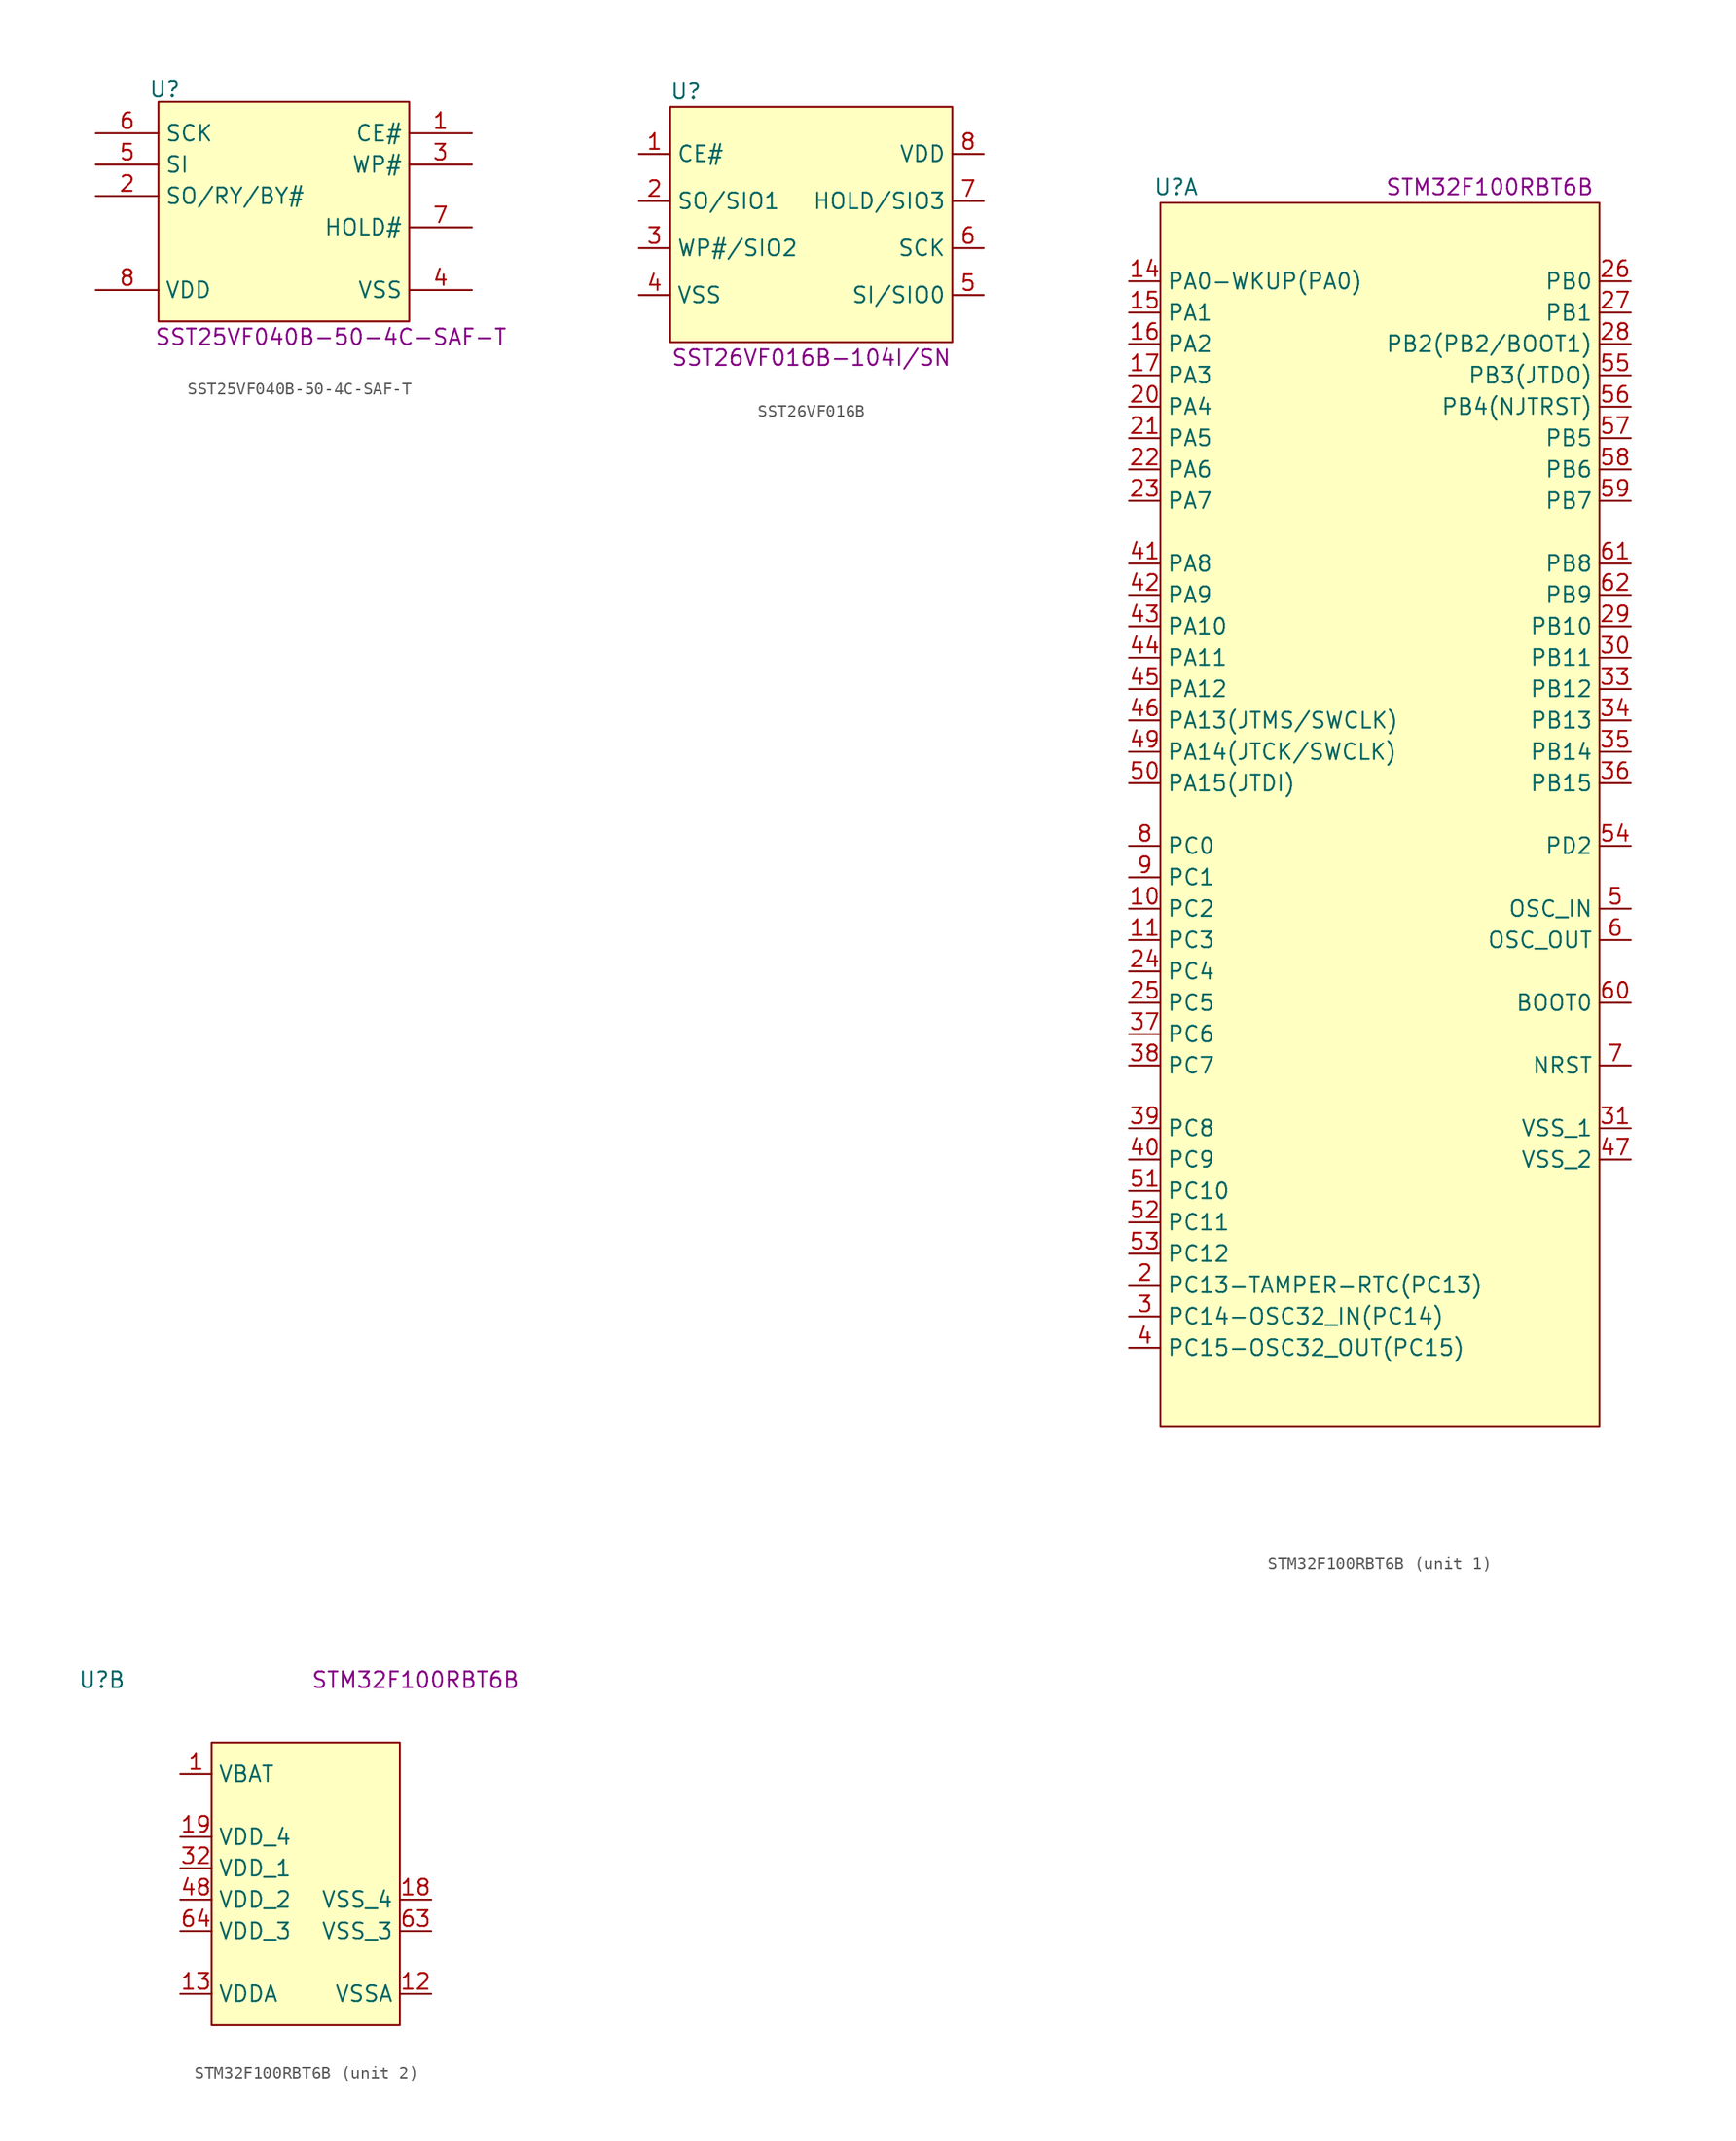
<source format=kicad_sym>
(kicad_symbol_lib
  (version 20231120)
  (generator "kicad_symbol_editor")
  (generator_version "8.0")
  (symbol "SST25VF040B-50-4C-SAF-T"
    (property "Reference" "U"
      (at -9.652 3.556 0)
      (effects (font (size 1.27 1.27))))
    (property "Display Value" "SST25VF040B-50-4C-SAF-T"
      (at 3.81 -16.51 0)
      (effects (font (size 1.27 1.27))))
    (symbol "SST25VF040B-50-4C-SAF-T_1_1"
      (rectangle (start -10.16 2.54) (end 10.16 -15.24) (stroke (width 0) (type default)) (fill (type background)))
      (pin unspecified line (at 15.24 0 180) (length 5.08) (name "CE#" (effects (font (size 1.27 1.27)))) (number "1" (effects (font (size 1.27 1.27)))))
      (pin unspecified line (at -15.24 -5.08 0) (length 5.08) (name "SO/RY/BY#" (effects (font (size 1.27 1.27)))) (number "2" (effects (font (size 1.27 1.27)))))
      (pin unspecified line (at 15.24 -2.54 180) (length 5.08) (name "WP#" (effects (font (size 1.27 1.27)))) (number "3" (effects (font (size 1.27 1.27)))))
      (pin unspecified line (at 15.24 -12.7 180) (length 5.08) (name "VSS" (effects (font (size 1.27 1.27)))) (number "4" (effects (font (size 1.27 1.27)))))
      (pin unspecified line (at -15.24 -2.54 0) (length 5.08) (name "SI" (effects (font (size 1.27 1.27)))) (number "5" (effects (font (size 1.27 1.27)))))
      (pin unspecified line (at -15.24 0 0) (length 5.08) (name "SCK" (effects (font (size 1.27 1.27)))) (number "6" (effects (font (size 1.27 1.27)))))
      (pin unspecified line (at 15.24 -7.62 180) (length 5.08) (name "HOLD#" (effects (font (size 1.27 1.27)))) (number "7" (effects (font (size 1.27 1.27)))))
      (pin unspecified line (at -15.24 -12.7 0) (length 5.08) (name "VDD" (effects (font (size 1.27 1.27)))) (number "8" (effects (font (size 1.27 1.27)))))))
  (symbol "SST26VF016B"
    (property "Reference" "U"
      (at -10.16 5.08 0)
      (effects (font (size 1.27 1.27))))
    (property "Display Value" "SST26VF016B-104I/SN"
      (at 0 -16.51 0)
      (effects (font (size 1.27 1.27))))
    (symbol "SST26VF016B_1_1"
      (rectangle (start -11.43 3.81) (end 11.43 -15.24) (stroke (width 0) (type default)) (fill (type background)))
      (pin unspecified line (at -13.97 0 0) (length 2.54) (name "CE#" (effects (font (size 1.27 1.27)))) (number "1" (effects (font (size 1.27 1.27)))))
      (pin unspecified line (at -13.97 -3.81 0) (length 2.54) (name "SO/SIO1" (effects (font (size 1.27 1.27)))) (number "2" (effects (font (size 1.27 1.27)))))
      (pin unspecified line (at -13.97 -7.62 0) (length 2.54) (name "WP#/SIO2" (effects (font (size 1.27 1.27)))) (number "3" (effects (font (size 1.27 1.27)))))
      (pin unspecified line (at -13.97 -11.43 0) (length 2.54) (name "VSS" (effects (font (size 1.27 1.27)))) (number "4" (effects (font (size 1.27 1.27)))))
      (pin unspecified line (at 13.97 -11.43 180) (length 2.54) (name "SI/SIO0" (effects (font (size 1.27 1.27)))) (number "5" (effects (font (size 1.27 1.27)))))
      (pin unspecified line (at 13.97 -7.62 180) (length 2.54) (name "SCK" (effects (font (size 1.27 1.27)))) (number "6" (effects (font (size 1.27 1.27)))))
      (pin unspecified line (at 13.97 -3.81 180) (length 2.54) (name "HOLD/SIO3" (effects (font (size 1.27 1.27)))) (number "7" (effects (font (size 1.27 1.27)))))
      (pin unspecified line (at 13.97 0 180) (length 2.54) (name "VDD" (effects (font (size 1.27 1.27)))) (number "8" (effects (font (size 1.27 1.27)))))))
  (symbol "STM32F100RBT6B"
    (property "Reference" "U"
      (at -16.51 7.62 0)
      (effects (font (size 1.27 1.27))))
    (property "Display Value" "STM32F100RBT6B"
      (at 8.89 7.62 0)
      (effects (font (size 1.27 1.27))))
    (property "ki_locked" ""
      (at 0 0 0)
      (effects (font (size 1.27 1.27))))
    (symbol "STM32F100RBT6B_1_1"
      (rectangle (start -17.78 6.35) (end 17.78 -92.71) (stroke (width 0) (type default)) (fill (type background)))
      (pin unspecified line (at -20.32 -50.8 0) (length 2.54) (name "PC2" (effects (font (size 1.27 1.27)))) (number "10" (effects (font (size 1.27 1.27)))))
      (pin unspecified line (at -20.32 -53.34 0) (length 2.54) (name "PC3" (effects (font (size 1.27 1.27)))) (number "11" (effects (font (size 1.27 1.27)))))
      (pin unspecified line (at -20.32 0 0) (length 2.54) (name "PA0-WKUP(PA0)" (effects (font (size 1.27 1.27)))) (number "14" (effects (font (size 1.27 1.27)))))
      (pin unspecified line (at -20.32 -2.54 0) (length 2.54) (name "PA1" (effects (font (size 1.27 1.27)))) (number "15" (effects (font (size 1.27 1.27)))))
      (pin unspecified line (at -20.32 -5.08 0) (length 2.54) (name "PA2" (effects (font (size 1.27 1.27)))) (number "16" (effects (font (size 1.27 1.27)))))
      (pin unspecified line (at -20.32 -7.62 0) (length 2.54) (name "PA3" (effects (font (size 1.27 1.27)))) (number "17" (effects (font (size 1.27 1.27)))))
      (pin unspecified line (at -20.32 -81.28 0) (length 2.54) (name "PC13-TAMPER-RTC(PC13)" (effects (font (size 1.27 1.27)))) (number "2" (effects (font (size 1.27 1.27)))))
      (pin unspecified line (at -20.32 -10.16 0) (length 2.54) (name "PA4" (effects (font (size 1.27 1.27)))) (number "20" (effects (font (size 1.27 1.27)))))
      (pin unspecified line (at -20.32 -12.7 0) (length 2.54) (name "PA5" (effects (font (size 1.27 1.27)))) (number "21" (effects (font (size 1.27 1.27)))))
      (pin unspecified line (at -20.32 -15.24 0) (length 2.54) (name "PA6" (effects (font (size 1.27 1.27)))) (number "22" (effects (font (size 1.27 1.27)))))
      (pin unspecified line (at -20.32 -17.78 0) (length 2.54) (name "PA7" (effects (font (size 1.27 1.27)))) (number "23" (effects (font (size 1.27 1.27)))))
      (pin unspecified line (at -20.32 -55.88 0) (length 2.54) (name "PC4" (effects (font (size 1.27 1.27)))) (number "24" (effects (font (size 1.27 1.27)))))
      (pin unspecified line (at -20.32 -58.42 0) (length 2.54) (name "PC5" (effects (font (size 1.27 1.27)))) (number "25" (effects (font (size 1.27 1.27)))))
      (pin unspecified line (at 20.32 0 180) (length 2.54) (name "PB0" (effects (font (size 1.27 1.27)))) (number "26" (effects (font (size 1.27 1.27)))))
      (pin unspecified line (at 20.32 -2.54 180) (length 2.54) (name "PB1" (effects (font (size 1.27 1.27)))) (number "27" (effects (font (size 1.27 1.27)))))
      (pin unspecified line (at 20.32 -5.08 180) (length 2.54) (name "PB2(PB2/BOOT1)" (effects (font (size 1.27 1.27)))) (number "28" (effects (font (size 1.27 1.27)))))
      (pin unspecified line (at 20.32 -27.94 180) (length 2.54) (name "PB10" (effects (font (size 1.27 1.27)))) (number "29" (effects (font (size 1.27 1.27)))))
      (pin unspecified line (at -20.32 -83.82 0) (length 2.54) (name "PC14-OSC32_IN(PC14)" (effects (font (size 1.27 1.27)))) (number "3" (effects (font (size 1.27 1.27)))))
      (pin unspecified line (at 20.32 -30.48 180) (length 2.54) (name "PB11" (effects (font (size 1.27 1.27)))) (number "30" (effects (font (size 1.27 1.27)))))
      (pin unspecified line (at 20.32 -68.58 180) (length 2.54) (name "VSS_1" (effects (font (size 1.27 1.27)))) (number "31" (effects (font (size 1.27 1.27)))))
      (pin unspecified line (at 20.32 -33.02 180) (length 2.54) (name "PB12" (effects (font (size 1.27 1.27)))) (number "33" (effects (font (size 1.27 1.27)))))
      (pin unspecified line (at 20.32 -35.56 180) (length 2.54) (name "PB13" (effects (font (size 1.27 1.27)))) (number "34" (effects (font (size 1.27 1.27)))))
      (pin unspecified line (at 20.32 -38.1 180) (length 2.54) (name "PB14" (effects (font (size 1.27 1.27)))) (number "35" (effects (font (size 1.27 1.27)))))
      (pin unspecified line (at 20.32 -40.64 180) (length 2.54) (name "PB15" (effects (font (size 1.27 1.27)))) (number "36" (effects (font (size 1.27 1.27)))))
      (pin unspecified line (at -20.32 -60.96 0) (length 2.54) (name "PC6" (effects (font (size 1.27 1.27)))) (number "37" (effects (font (size 1.27 1.27)))))
      (pin unspecified line (at -20.32 -63.5 0) (length 2.54) (name "PC7" (effects (font (size 1.27 1.27)))) (number "38" (effects (font (size 1.27 1.27)))))
      (pin unspecified line (at -20.32 -68.58 0) (length 2.54) (name "PC8" (effects (font (size 1.27 1.27)))) (number "39" (effects (font (size 1.27 1.27)))))
      (pin unspecified line (at -20.32 -86.36 0) (length 2.54) (name "PC15-OSC32_OUT(PC15)" (effects (font (size 1.27 1.27)))) (number "4" (effects (font (size 1.27 1.27)))))
      (pin unspecified line (at -20.32 -71.12 0) (length 2.54) (name "PC9" (effects (font (size 1.27 1.27)))) (number "40" (effects (font (size 1.27 1.27)))))
      (pin unspecified line (at -20.32 -22.86 0) (length 2.54) (name "PA8" (effects (font (size 1.27 1.27)))) (number "41" (effects (font (size 1.27 1.27)))))
      (pin unspecified line (at -20.32 -25.4 0) (length 2.54) (name "PA9" (effects (font (size 1.27 1.27)))) (number "42" (effects (font (size 1.27 1.27)))))
      (pin unspecified line (at -20.32 -27.94 0) (length 2.54) (name "PA10" (effects (font (size 1.27 1.27)))) (number "43" (effects (font (size 1.27 1.27)))))
      (pin unspecified line (at -20.32 -30.48 0) (length 2.54) (name "PA11" (effects (font (size 1.27 1.27)))) (number "44" (effects (font (size 1.27 1.27)))))
      (pin unspecified line (at -20.32 -33.02 0) (length 2.54) (name "PA12" (effects (font (size 1.27 1.27)))) (number "45" (effects (font (size 1.27 1.27)))))
      (pin unspecified line (at -20.32 -35.56 0) (length 2.54) (name "PA13(JTMS/SWCLK)" (effects (font (size 1.27 1.27)))) (number "46" (effects (font (size 1.27 1.27)))))
      (pin unspecified line (at 20.32 -71.12 180) (length 2.54) (name "VSS_2" (effects (font (size 1.27 1.27)))) (number "47" (effects (font (size 1.27 1.27)))))
      (pin unspecified line (at -20.32 -38.1 0) (length 2.54) (name "PA14(JTCK/SWCLK)" (effects (font (size 1.27 1.27)))) (number "49" (effects (font (size 1.27 1.27)))))
      (pin unspecified line (at 20.32 -50.8 180) (length 2.54) (name "OSC_IN" (effects (font (size 1.27 1.27)))) (number "5" (effects (font (size 1.27 1.27)))))
      (pin unspecified line (at -20.32 -40.64 0) (length 2.54) (name "PA15(JTDI)" (effects (font (size 1.27 1.27)))) (number "50" (effects (font (size 1.27 1.27)))))
      (pin unspecified line (at -20.32 -73.66 0) (length 2.54) (name "PC10" (effects (font (size 1.27 1.27)))) (number "51" (effects (font (size 1.27 1.27)))))
      (pin unspecified line (at -20.32 -76.2 0) (length 2.54) (name "PC11" (effects (font (size 1.27 1.27)))) (number "52" (effects (font (size 1.27 1.27)))))
      (pin unspecified line (at -20.32 -78.74 0) (length 2.54) (name "PC12" (effects (font (size 1.27 1.27)))) (number "53" (effects (font (size 1.27 1.27)))))
      (pin unspecified line (at 20.32 -45.72 180) (length 2.54) (name "PD2" (effects (font (size 1.27 1.27)))) (number "54" (effects (font (size 1.27 1.27)))))
      (pin unspecified line (at 20.32 -7.62 180) (length 2.54) (name "PB3(JTDO)" (effects (font (size 1.27 1.27)))) (number "55" (effects (font (size 1.27 1.27)))))
      (pin unspecified line (at 20.32 -10.16 180) (length 2.54) (name "PB4(NJTRST)" (effects (font (size 1.27 1.27)))) (number "56" (effects (font (size 1.27 1.27)))))
      (pin unspecified line (at 20.32 -12.7 180) (length 2.54) (name "PB5" (effects (font (size 1.27 1.27)))) (number "57" (effects (font (size 1.27 1.27)))))
      (pin unspecified line (at 20.32 -15.24 180) (length 2.54) (name "PB6" (effects (font (size 1.27 1.27)))) (number "58" (effects (font (size 1.27 1.27)))))
      (pin unspecified line (at 20.32 -17.78 180) (length 2.54) (name "PB7" (effects (font (size 1.27 1.27)))) (number "59" (effects (font (size 1.27 1.27)))))
      (pin unspecified line (at 20.32 -53.34 180) (length 2.54) (name "OSC_OUT" (effects (font (size 1.27 1.27)))) (number "6" (effects (font (size 1.27 1.27)))))
      (pin unspecified line (at 20.32 -58.42 180) (length 2.54) (name "BOOT0" (effects (font (size 1.27 1.27)))) (number "60" (effects (font (size 1.27 1.27)))))
      (pin unspecified line (at 20.32 -22.86 180) (length 2.54) (name "PB8" (effects (font (size 1.27 1.27)))) (number "61" (effects (font (size 1.27 1.27)))))
      (pin unspecified line (at 20.32 -25.4 180) (length 2.54) (name "PB9" (effects (font (size 1.27 1.27)))) (number "62" (effects (font (size 1.27 1.27)))))
      (pin unspecified line (at 20.32 -63.5 180) (length 2.54) (name "NRST" (effects (font (size 1.27 1.27)))) (number "7" (effects (font (size 1.27 1.27)))))
      (pin unspecified line (at -20.32 -45.72 0) (length 2.54) (name "PC0" (effects (font (size 1.27 1.27)))) (number "8" (effects (font (size 1.27 1.27)))))
      (pin unspecified line (at -20.32 -48.26 0) (length 2.54) (name "PC1" (effects (font (size 1.27 1.27)))) (number "9" (effects (font (size 1.27 1.27))))))
    (symbol "STM32F100RBT6B_2_1"
      (rectangle (start -7.62 2.54) (end 7.62 -20.32) (stroke (width 0) (type default)) (fill (type background)))
      (pin unspecified line (at -10.16 0 0) (length 2.54) (name "VBAT" (effects (font (size 1.27 1.27)))) (number "1" (effects (font (size 1.27 1.27)))))
      (pin unspecified line (at 10.16 -17.78 180) (length 2.54) (name "VSSA" (effects (font (size 1.27 1.27)))) (number "12" (effects (font (size 1.27 1.27)))))
      (pin unspecified line (at -10.16 -17.78 0) (length 2.54) (name "VDDA" (effects (font (size 1.27 1.27)))) (number "13" (effects (font (size 1.27 1.27)))))
      (pin unspecified line (at 10.16 -10.16 180) (length 2.54) (name "VSS_4" (effects (font (size 1.27 1.27)))) (number "18" (effects (font (size 1.27 1.27)))))
      (pin unspecified line (at -10.16 -5.08 0) (length 2.54) (name "VDD_4" (effects (font (size 1.27 1.27)))) (number "19" (effects (font (size 1.27 1.27)))))
      (pin unspecified line (at -10.16 -7.62 0) (length 2.54) (name "VDD_1" (effects (font (size 1.27 1.27)))) (number "32" (effects (font (size 1.27 1.27)))))
      (pin unspecified line (at -10.16 -10.16 0) (length 2.54) (name "VDD_2" (effects (font (size 1.27 1.27)))) (number "48" (effects (font (size 1.27 1.27)))))
      (pin unspecified line (at 10.16 -12.7 180) (length 2.54) (name "VSS_3" (effects (font (size 1.27 1.27)))) (number "63" (effects (font (size 1.27 1.27)))))
      (pin unspecified line (at -10.16 -12.7 0) (length 2.54) (name "VDD_3" (effects (font (size 1.27 1.27)))) (number "64" (effects (font (size 1.27 1.27))))))))
</source>
